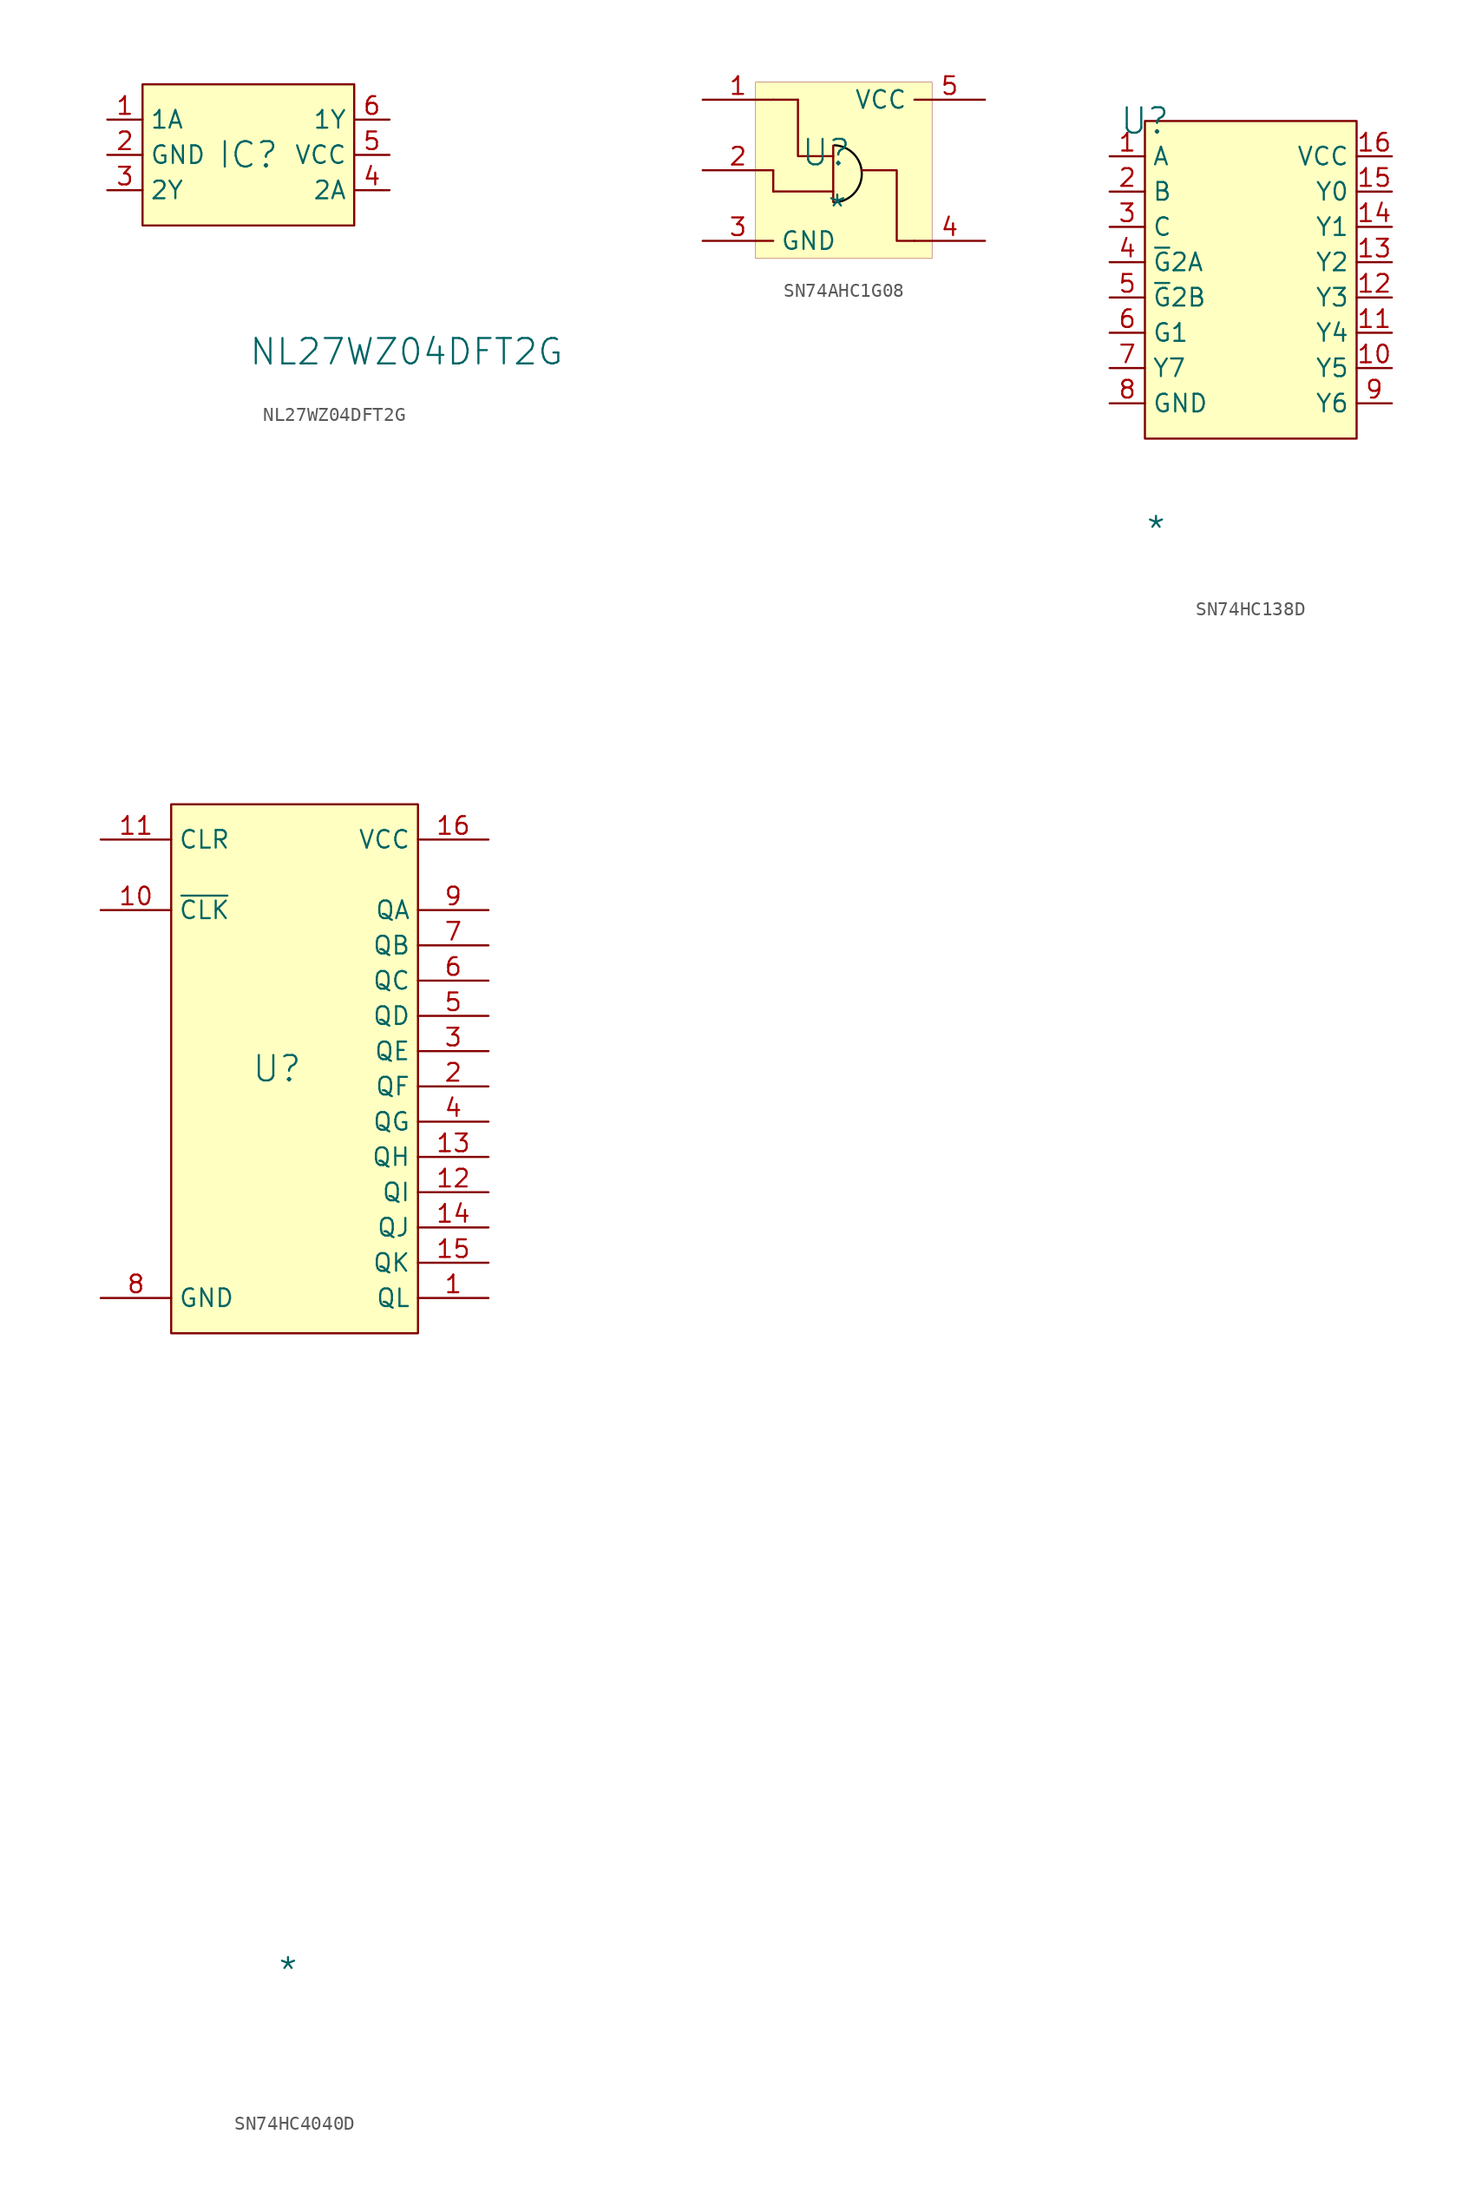
<source format=kicad_sym>
(kicad_symbol_lib
  (version 20241209)
  (generator "kicad_symbol_editor")
  (generator_version "9.0")
  (symbol "NL27WZ04DFT2G"
    (property "Reference" "IC"
      (at 0 0 0)
      (effects (font (size 1.829 1.829))))
    (property "Value" "NL27WZ04DFT2G"
      (at 0 -15.24 0)
      (effects (font (size 1.829 1.829)) (justify left bottom)))
    (symbol "NL27WZ04DFT2G_1_0"
      (rectangle (start 7.62 5.08) (end -7.62 -5.08) (stroke (width 0) (type solid) (color 128 0 0 1)) (fill (type background)))
      (pin passive line (at -10.16 2.54 0) (length 2.54) (name "1A" (effects (font (size 1.27 1.27)))) (number "1" (effects (font (size 1.27 1.27)))))
      (pin passive line (at -10.16 0 0) (length 2.54) (name "GND" (effects (font (size 1.27 1.27)))) (number "2" (effects (font (size 1.27 1.27)))))
      (pin passive line (at -10.16 -2.54 0) (length 2.54) (name "2Y" (effects (font (size 1.27 1.27)))) (number "3" (effects (font (size 1.27 1.27)))))
      (pin passive line (at 10.16 2.54 180) (length 2.54) (name "1Y" (effects (font (size 1.27 1.27)))) (number "6" (effects (font (size 1.27 1.27)))))
      (pin passive line (at 10.16 0 180) (length 2.54) (name "VCC" (effects (font (size 1.27 1.27)))) (number "5" (effects (font (size 1.27 1.27)))))
      (pin passive line (at 10.16 -2.54 180) (length 2.54) (name "2A" (effects (font (size 1.27 1.27)))) (number "4" (effects (font (size 1.27 1.27)))))))
  (symbol "SN74AHC1G08"
    (property "Reference" "U"
      (at -1.27 1.27 0)
      (effects (font (size 1.829 1.829))))
    (property "Value" "*"
      (at -1.27 -3.81 0)
      (effects (font (size 1.829 1.829)) (justify left bottom)))
    (symbol "SN74AHC1G08_1_0"
      (polyline (pts (xy -5.08 5.08) (xy -3.302 5.08)) (stroke (width 0) (type solid)) (fill (type none)))
      (polyline (pts (xy -5.08 0) (xy -5.08 -1.524)) (stroke (width 0) (type solid)) (fill (type none)))
      (polyline (pts (xy -0.762 1.016) (xy -3.302 1.016) (xy -3.302 5.08)) (stroke (width 0) (type solid)) (fill (type none)))
      (arc (start -0.6633 1.8016) (mid 1.2959 -0.2739) (end -0.7031 -2.3112) (stroke (width 0) (type solid) (color 0 0 0 1)) (fill (type none)))
      (polyline (pts (xy -0.762 -1.524) (xy -5.08 -1.524)) (stroke (width 0) (type solid)) (fill (type none)))
      (polyline (pts (xy -0.762 -2.286) (xy -0.762 1.778)) (stroke (width 0) (type solid)) (fill (type none)))
      (polyline (pts (xy 1.27 0) (xy 3.81 0) (xy 3.81 -5.08) (xy 5.08 -5.08)) (stroke (width 0) (type solid)) (fill (type none)))
      (rectangle (start 6.35 6.35) (end -6.35 -6.35) (stroke (width 0.025) (type solid) (color 128 0 0 1)) (fill (type background)))
      (pin passive line (at -10.16 5.08 0) (length 5.08) (name "A" (effects (font (size 0 0)))) (number "1" (effects (font (size 1.27 1.27)))))
      (pin passive line (at -10.16 0 0) (length 5.08) (name "B" (effects (font (size 0 0)))) (number "2" (effects (font (size 1.27 1.27)))))
      (pin passive line (at -10.16 -5.08 0) (length 5.08) (name "GND" (effects (font (size 1.27 1.27)))) (number "3" (effects (font (size 1.27 1.27)))))
      (pin passive line (at 10.16 5.08 180) (length 5.08) (name "VCC" (effects (font (size 1.27 1.27)))) (number "5" (effects (font (size 1.27 1.27)))))
      (pin passive line (at 10.16 -5.08 180) (length 5.08) (name "Y" (effects (font (size 0 0)))) (number "4" (effects (font (size 1.27 1.27)))))))
  (symbol "SN74HC138D"
    (property "Reference" "U"
      (at 0 0 0)
      (effects (font (size 1.829 1.829))))
    (property "Value" "*"
      (at 0 -30.48 0)
      (effects (font (size 1.829 1.829)) (justify left bottom)))
    (symbol "SN74HC138D_1_0"
      (rectangle (start 15.24 0) (end 0 -22.86) (stroke (width 0) (type solid) (color 128 0 0 1)) (fill (type background)))
      (pin passive line (at -2.54 -2.54 0) (length 2.54) (name "A" (effects (font (size 1.27 1.27)))) (number "1" (effects (font (size 1.27 1.27)))))
      (pin passive line (at -2.54 -5.08 0) (length 2.54) (name "B" (effects (font (size 1.27 1.27)))) (number "2" (effects (font (size 1.27 1.27)))))
      (pin passive line (at -2.54 -7.62 0) (length 2.54) (name "C" (effects (font (size 1.27 1.27)))) (number "3" (effects (font (size 1.27 1.27)))))
      (pin passive line (at -2.54 -10.16 0) (length 2.54) (name "~{G}2A" (effects (font (size 1.27 1.27)))) (number "4" (effects (font (size 1.27 1.27)))))
      (pin passive line (at -2.54 -12.7 0) (length 2.54) (name "~{G}2B" (effects (font (size 1.27 1.27)))) (number "5" (effects (font (size 1.27 1.27)))))
      (pin passive line (at -2.54 -15.24 0) (length 2.54) (name "G1" (effects (font (size 1.27 1.27)))) (number "6" (effects (font (size 1.27 1.27)))))
      (pin passive line (at -2.54 -17.78 0) (length 2.54) (name "Y7" (effects (font (size 1.27 1.27)))) (number "7" (effects (font (size 1.27 1.27)))))
      (pin passive line (at -2.54 -20.32 0) (length 2.54) (name "GND" (effects (font (size 1.27 1.27)))) (number "8" (effects (font (size 1.27 1.27)))))
      (pin passive line (at 17.78 -2.54 180) (length 2.54) (name "VCC" (effects (font (size 1.27 1.27)))) (number "16" (effects (font (size 1.27 1.27)))))
      (pin passive line (at 17.78 -5.08 180) (length 2.54) (name "Y0" (effects (font (size 1.27 1.27)))) (number "15" (effects (font (size 1.27 1.27)))))
      (pin passive line (at 17.78 -7.62 180) (length 2.54) (name "Y1" (effects (font (size 1.27 1.27)))) (number "14" (effects (font (size 1.27 1.27)))))
      (pin passive line (at 17.78 -10.16 180) (length 2.54) (name "Y2" (effects (font (size 1.27 1.27)))) (number "13" (effects (font (size 1.27 1.27)))))
      (pin passive line (at 17.78 -12.7 180) (length 2.54) (name "Y3" (effects (font (size 1.27 1.27)))) (number "12" (effects (font (size 1.27 1.27)))))
      (pin passive line (at 17.78 -15.24 180) (length 2.54) (name "Y4" (effects (font (size 1.27 1.27)))) (number "11" (effects (font (size 1.27 1.27)))))
      (pin passive line (at 17.78 -17.78 180) (length 2.54) (name "Y5" (effects (font (size 1.27 1.27)))) (number "10" (effects (font (size 1.27 1.27)))))
      (pin passive line (at 17.78 -20.32 180) (length 2.54) (name "Y6" (effects (font (size 1.27 1.27)))) (number "9" (effects (font (size 1.27 1.27)))))))
  (symbol "SN74HC4040D"
    (property "Reference" "U"
      (at 0 0 0)
      (effects (font (size 1.829 1.829))))
    (property "Value" "*"
      (at 0 -66.04 0)
      (effects (font (size 1.829 1.829)) (justify left bottom)))
    (symbol "SN74HC4040D_1_0"
      (rectangle (start 10.16 19.05) (end -7.62 -19.05) (stroke (width 0) (type solid) (color 128 0 0 1)) (fill (type background)))
      (pin input line (at -12.7 16.51 0) (length 5.08) (name "CLR" (effects (font (size 1.27 1.27)))) (number "11" (effects (font (size 1.27 1.27)))))
      (pin input line (at -12.7 11.43 0) (length 5.08) (name "~{CLK}" (effects (font (size 1.27 1.27)))) (number "10" (effects (font (size 1.27 1.27)))))
      (pin passive line (at -12.7 -16.51 0) (length 5.08) (name "GND" (effects (font (size 1.27 1.27)))) (number "8" (effects (font (size 1.27 1.27)))))
      (pin passive line (at 15.24 16.51 180) (length 5.08) (name "VCC" (effects (font (size 1.27 1.27)))) (number "16" (effects (font (size 1.27 1.27)))))
      (pin output line (at 15.24 11.43 180) (length 5.08) (name "QA" (effects (font (size 1.27 1.27)))) (number "9" (effects (font (size 1.27 1.27)))))
      (pin output line (at 15.24 8.89 180) (length 5.08) (name "QB" (effects (font (size 1.27 1.27)))) (number "7" (effects (font (size 1.27 1.27)))))
      (pin output line (at 15.24 6.35 180) (length 5.08) (name "QC" (effects (font (size 1.27 1.27)))) (number "6" (effects (font (size 1.27 1.27)))))
      (pin output line (at 15.24 3.81 180) (length 5.08) (name "QD" (effects (font (size 1.27 1.27)))) (number "5" (effects (font (size 1.27 1.27)))))
      (pin output line (at 15.24 1.27 180) (length 5.08) (name "QE" (effects (font (size 1.27 1.27)))) (number "3" (effects (font (size 1.27 1.27)))))
      (pin output line (at 15.24 -1.27 180) (length 5.08) (name "QF" (effects (font (size 1.27 1.27)))) (number "2" (effects (font (size 1.27 1.27)))))
      (pin output line (at 15.24 -3.81 180) (length 5.08) (name "QG" (effects (font (size 1.27 1.27)))) (number "4" (effects (font (size 1.27 1.27)))))
      (pin output line (at 15.24 -6.35 180) (length 5.08) (name "QH" (effects (font (size 1.27 1.27)))) (number "13" (effects (font (size 1.27 1.27)))))
      (pin output line (at 15.24 -8.89 180) (length 5.08) (name "QI" (effects (font (size 1.27 1.27)))) (number "12" (effects (font (size 1.27 1.27)))))
      (pin output line (at 15.24 -11.43 180) (length 5.08) (name "QJ" (effects (font (size 1.27 1.27)))) (number "14" (effects (font (size 1.27 1.27)))))
      (pin output line (at 15.24 -13.97 180) (length 5.08) (name "QK" (effects (font (size 1.27 1.27)))) (number "15" (effects (font (size 1.27 1.27)))))
      (pin output line (at 15.24 -16.51 180) (length 5.08) (name "QL" (effects (font (size 1.27 1.27)))) (number "1" (effects (font (size 1.27 1.27))))))))
</source>
